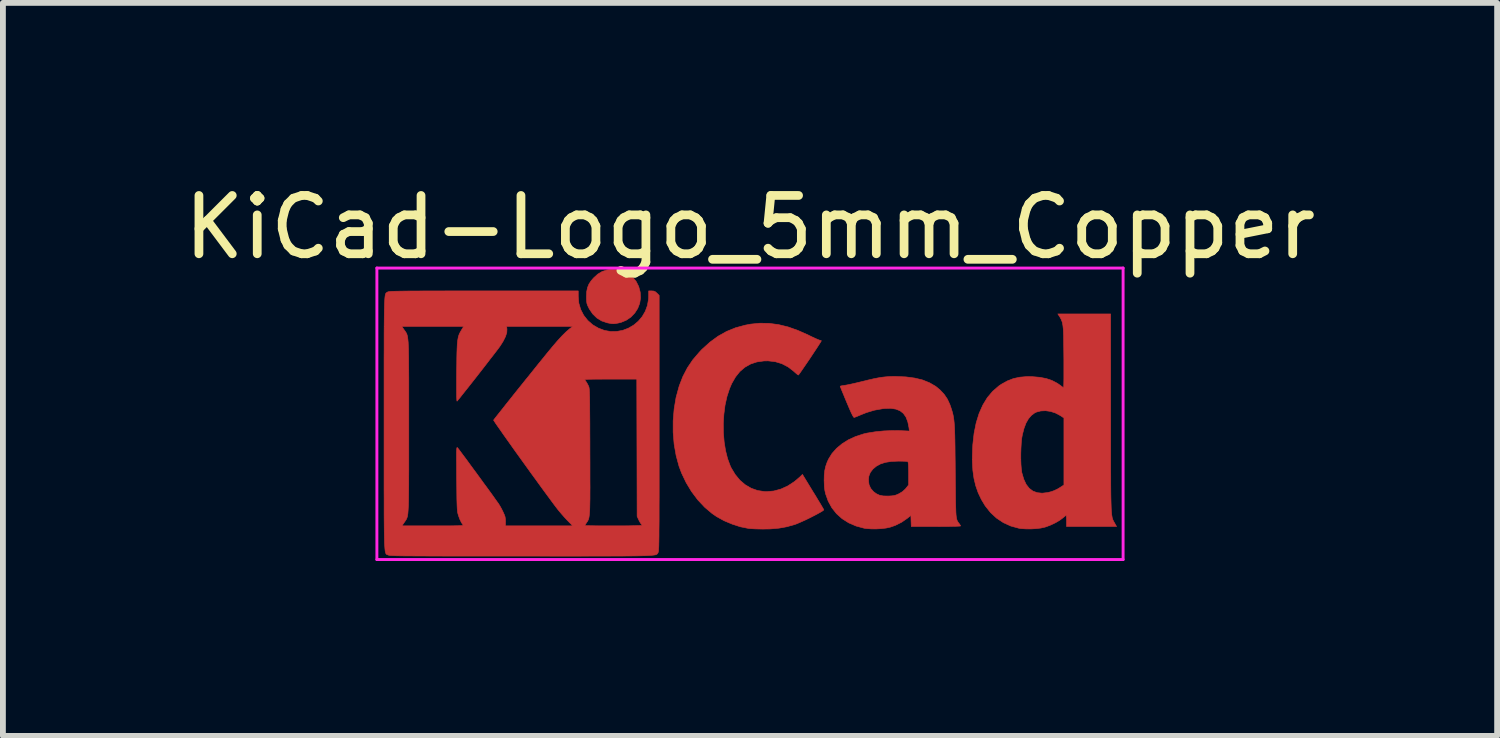
<source format=kicad_pcb>
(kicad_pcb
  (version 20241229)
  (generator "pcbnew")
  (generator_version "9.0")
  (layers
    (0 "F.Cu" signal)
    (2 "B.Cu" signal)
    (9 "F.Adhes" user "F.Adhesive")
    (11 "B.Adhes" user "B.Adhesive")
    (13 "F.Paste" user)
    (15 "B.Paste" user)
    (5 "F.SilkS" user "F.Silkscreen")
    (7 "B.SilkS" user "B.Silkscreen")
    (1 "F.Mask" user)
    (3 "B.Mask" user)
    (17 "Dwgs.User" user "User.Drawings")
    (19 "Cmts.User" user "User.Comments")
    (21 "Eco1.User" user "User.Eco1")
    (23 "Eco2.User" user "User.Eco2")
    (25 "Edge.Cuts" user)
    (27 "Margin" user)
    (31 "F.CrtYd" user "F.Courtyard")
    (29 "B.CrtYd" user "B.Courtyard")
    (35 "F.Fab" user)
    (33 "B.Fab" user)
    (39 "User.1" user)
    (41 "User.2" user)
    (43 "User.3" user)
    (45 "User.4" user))
  (footprint "KiCad-Logo_5mm_Copper"
    (layer "F.Cu")
    (at 9.815 4.548)
    (property "Reference" "KiCad-Logo_5mm_Copper" (at 0 -3.7 0) (layer "F.SilkS") (effects (font (size 1 1) (thickness 0.15))))
    (attr exclude_from_pos_files exclude_from_bom)
    (fp_poly (pts (xy -2.273 -2.973) (xy -2.177 -2.949) (xy -2.09 -2.906) (xy -2.015 -2.847) (xy -1.954 -2.772) (xy -1.909 -2.683) (xy -1.883 -2.586) (xy -1.877 -2.489) (xy -1.892 -2.395) (xy -1.926 -2.307) (xy -1.977 -2.228) (xy -2.042 -2.16) (xy -2.121 -2.106) (xy -2.212 -2.068) (xy -2.263 -2.056) (xy -2.308 -2.048) (xy -2.342 -2.045) (xy -2.375 -2.047) (xy -2.415 -2.054) (xy -2.449 -2.061) (xy -2.542 -2.092) (xy -2.626 -2.143) (xy -2.698 -2.213) (xy -2.756 -2.298) (xy -2.77 -2.326) (xy -2.787 -2.362) (xy -2.797 -2.392) (xy -2.802 -2.425) (xy -2.805 -2.466) (xy -2.805 -2.512) (xy -2.801 -2.596) (xy -2.787 -2.665) (xy -2.762 -2.726) (xy -2.723 -2.784) (xy -2.684 -2.829) (xy -2.612 -2.895) (xy -2.537 -2.94) (xy -2.455 -2.967) (xy -2.377 -2.977) (xy -2.273 -2.973)) (stroke (width 0.01) (type solid)) (fill yes) (layer "F.Cu"))
    (fp_poly (pts (xy 0.328 -2.051) (xy 0.489 -2.03) (xy 0.653 -1.99) (xy 0.822 -1.93) (xy 1 -1.851) (xy 1.011 -1.845) (xy 1.069 -1.817) (xy 1.121 -1.793) (xy 1.162 -1.775) (xy 1.19 -1.764) (xy 1.2 -1.761) (xy 1.219 -1.756) (xy 1.224 -1.752) (xy 1.218 -1.741) (xy 1.202 -1.715) (xy 1.177 -1.676) (xy 1.145 -1.626) (xy 1.107 -1.569) (xy 1.066 -1.507) (xy 1.023 -1.442) (xy 0.98 -1.379) (xy 0.939 -1.319) (xy 0.902 -1.265) (xy 0.871 -1.22) (xy 0.847 -1.186) (xy 0.832 -1.167) (xy 0.83 -1.165) (xy 0.82 -1.17) (xy 0.798 -1.187) (xy 0.767 -1.214) (xy 0.752 -1.228) (xy 0.655 -1.303) (xy 0.548 -1.359) (xy 0.433 -1.394) (xy 0.31 -1.408) (xy 0.241 -1.407) (xy 0.119 -1.39) (xy 0.01 -1.354) (xy -0.087 -1.299) (xy -0.174 -1.225) (xy -0.249 -1.131) (xy -0.314 -1.018) (xy -0.351 -0.931) (xy -0.395 -0.796) (xy -0.428 -0.648) (xy -0.448 -0.493) (xy -0.458 -0.333) (xy -0.456 -0.173) (xy -0.443 -0.016) (xy -0.419 0.133) (xy -0.384 0.271) (xy -0.338 0.395) (xy -0.322 0.429) (xy -0.253 0.543) (xy -0.173 0.64) (xy -0.081 0.718) (xy 0.02 0.777) (xy 0.13 0.816) (xy 0.247 0.834) (xy 0.289 0.835) (xy 0.41 0.824) (xy 0.531 0.791) (xy 0.649 0.737) (xy 0.762 0.663) (xy 0.854 0.585) (xy 0.9 0.54) (xy 1.081 0.837) (xy 1.127 0.911) (xy 1.168 0.98) (xy 1.204 1.039) (xy 1.233 1.088) (xy 1.254 1.124) (xy 1.265 1.144) (xy 1.266 1.147) (xy 1.258 1.157) (xy 1.233 1.174) (xy 1.193 1.197) (xy 1.142 1.225) (xy 1.084 1.255) (xy 1.021 1.287) (xy 0.958 1.318) (xy 0.896 1.346) (xy 0.839 1.371) (xy 0.791 1.391) (xy 0.768 1.399) (xy 0.634 1.437) (xy 0.496 1.462) (xy 0.349 1.475) (xy 0.222 1.477) (xy 0.154 1.476) (xy 0.088 1.474) (xy 0.031 1.471) (xy -0.013 1.468) (xy -0.027 1.466) (xy -0.166 1.438) (xy -0.307 1.392) (xy -0.445 1.334) (xy -0.572 1.264) (xy -0.649 1.211) (xy -0.777 1.103) (xy -0.895 0.977) (xy -1.002 0.835) (xy -1.095 0.681) (xy -1.173 0.518) (xy -1.217 0.401) (xy -1.267 0.217) (xy -1.301 0.023) (xy -1.318 -0.179) (xy -1.318 -0.382) (xy -1.301 -0.584) (xy -1.268 -0.781) (xy -1.217 -0.967) (xy -1.214 -0.978) (xy -1.151 -1.14) (xy -1.074 -1.288) (xy -0.981 -1.426) (xy -0.868 -1.558) (xy -0.825 -1.604) (xy -0.688 -1.728) (xy -0.549 -1.83) (xy -0.403 -1.912) (xy -0.249 -1.975) (xy -0.084 -2.02) (xy 0.011 -2.038) (xy 0.17 -2.054) (xy 0.328 -2.051)) (stroke (width 0.01) (type solid)) (fill yes) (layer "F.Cu"))
    (fp_poly (pts (xy 6.187 -0.528) (xy 6.187 -0.293) (xy 6.187 -0.08) (xy 6.187 0.112) (xy 6.187 0.285) (xy 6.187 0.441) (xy 6.188 0.579) (xy 6.188 0.701) (xy 6.189 0.808) (xy 6.19 0.901) (xy 6.192 0.982) (xy 6.194 1.051) (xy 6.196 1.11) (xy 6.198 1.159) (xy 6.202 1.2) (xy 6.205 1.234) (xy 6.21 1.262) (xy 6.214 1.285) (xy 6.22 1.304) (xy 6.226 1.321) (xy 6.233 1.335) (xy 6.24 1.349) (xy 6.249 1.364) (xy 6.254 1.373) (xy 6.288 1.434) (xy 5.43 1.434) (xy 5.43 1.338) (xy 5.429 1.294) (xy 5.427 1.261) (xy 5.424 1.243) (xy 5.423 1.242) (xy 5.412 1.249) (xy 5.389 1.267) (xy 5.366 1.286) (xy 5.312 1.327) (xy 5.242 1.368) (xy 5.165 1.405) (xy 5.088 1.435) (xy 5.057 1.445) (xy 4.989 1.46) (xy 4.906 1.47) (xy 4.816 1.475) (xy 4.728 1.474) (xy 4.649 1.469) (xy 4.612 1.463) (xy 4.473 1.425) (xy 4.346 1.367) (xy 4.23 1.29) (xy 4.127 1.195) (xy 4.036 1.081) (xy 3.969 0.97) (xy 3.914 0.854) (xy 3.872 0.734) (xy 3.842 0.608) (xy 3.823 0.472) (xy 3.815 0.32) (xy 3.814 0.243) (xy 3.816 0.186) (xy 4.645 0.186) (xy 4.645 0.279) (xy 4.648 0.367) (xy 4.654 0.444) (xy 4.662 0.505) (xy 4.665 0.517) (xy 4.697 0.625) (xy 4.738 0.712) (xy 4.79 0.779) (xy 4.853 0.826) (xy 4.926 0.853) (xy 5.011 0.862) (xy 5.107 0.851) (xy 5.17 0.835) (xy 5.219 0.817) (xy 5.274 0.791) (xy 5.314 0.767) (xy 5.385 0.721) (xy 5.385 -0.429) (xy 5.317 -0.473) (xy 5.239 -0.514) (xy 5.155 -0.541) (xy 5.07 -0.553) (xy 4.988 -0.549) (xy 4.915 -0.53) (xy 4.883 -0.515) (xy 4.826 -0.472) (xy 4.777 -0.415) (xy 4.735 -0.342) (xy 4.701 -0.252) (xy 4.672 -0.141) (xy 4.671 -0.135) (xy 4.66 -0.073) (xy 4.653 0.005) (xy 4.648 0.093) (xy 4.645 0.186) (xy 3.816 0.186) (xy 3.822 0.03) (xy 3.844 -0.166) (xy 3.88 -0.345) (xy 3.93 -0.506) (xy 3.994 -0.65) (xy 4.071 -0.777) (xy 4.163 -0.886) (xy 4.268 -0.977) (xy 4.314 -1.008) (xy 4.415 -1.064) (xy 4.518 -1.104) (xy 4.628 -1.128) (xy 4.749 -1.138) (xy 4.842 -1.137) (xy 4.971 -1.126) (xy 5.084 -1.104) (xy 5.183 -1.07) (xy 5.271 -1.024) (xy 5.32 -0.99) (xy 5.349 -0.968) (xy 5.371 -0.953) (xy 5.379 -0.948) (xy 5.381 -0.959) (xy 5.382 -0.99) (xy 5.383 -1.037) (xy 5.384 -1.1) (xy 5.384 -1.173) (xy 5.384 -1.256) (xy 5.384 -1.344) (xy 5.384 -1.436) (xy 5.383 -1.528) (xy 5.382 -1.618) (xy 5.381 -1.704) (xy 5.38 -1.781) (xy 5.379 -1.848) (xy 5.377 -1.902) (xy 5.375 -1.94) (xy 5.375 -1.947) (xy 5.367 -2.018) (xy 5.356 -2.073) (xy 5.338 -2.12) (xy 5.312 -2.166) (xy 5.305 -2.176) (xy 5.281 -2.213) (xy 6.186 -2.213) (xy 6.187 -0.528)) (stroke (width 0.01) (type solid)) (fill yes) (layer "F.Cu"))
    (fp_poly (pts (xy 2.674 -1.133) (xy 2.825 -1.113) (xy 2.961 -1.08) (xy 3.08 -1.032) (xy 3.185 -0.971) (xy 3.262 -0.907) (xy 3.331 -0.833) (xy 3.385 -0.753) (xy 3.428 -0.661) (xy 3.443 -0.618) (xy 3.456 -0.579) (xy 3.467 -0.543) (xy 3.477 -0.508) (xy 3.485 -0.472) (xy 3.492 -0.433) (xy 3.498 -0.39) (xy 3.503 -0.34) (xy 3.507 -0.283) (xy 3.51 -0.215) (xy 3.513 -0.136) (xy 3.515 -0.043) (xy 3.517 0.066) (xy 3.518 0.192) (xy 3.52 0.337) (xy 3.521 0.48) (xy 3.522 0.636) (xy 3.524 0.771) (xy 3.525 0.887) (xy 3.526 0.986) (xy 3.528 1.068) (xy 3.53 1.136) (xy 3.532 1.192) (xy 3.535 1.236) (xy 3.539 1.271) (xy 3.544 1.299) (xy 3.55 1.321) (xy 3.557 1.338) (xy 3.565 1.352) (xy 3.574 1.366) (xy 3.585 1.38) (xy 3.59 1.385) (xy 3.605 1.408) (xy 3.612 1.423) (xy 3.612 1.424) (xy 3.602 1.426) (xy 3.571 1.428) (xy 3.522 1.43) (xy 3.458 1.431) (xy 3.382 1.433) (xy 3.295 1.433) (xy 3.2 1.434) (xy 3.19 1.434) (xy 2.767 1.434) (xy 2.763 1.338) (xy 2.76 1.242) (xy 2.698 1.293) (xy 2.601 1.36) (xy 2.491 1.415) (xy 2.404 1.445) (xy 2.335 1.46) (xy 2.252 1.47) (xy 2.162 1.475) (xy 2.074 1.474) (xy 1.995 1.468) (xy 1.959 1.463) (xy 1.819 1.425) (xy 1.692 1.37) (xy 1.58 1.299) (xy 1.484 1.213) (xy 1.404 1.112) (xy 1.341 0.997) (xy 1.296 0.871) (xy 1.284 0.814) (xy 1.276 0.752) (xy 1.273 0.677) (xy 1.272 0.643) (xy 1.272 0.64) (xy 2.032 0.64) (xy 2.042 0.715) (xy 2.07 0.779) (xy 2.118 0.835) (xy 2.123 0.839) (xy 2.172 0.874) (xy 2.223 0.897) (xy 2.284 0.909) (xy 2.359 0.911) (xy 2.377 0.911) (xy 2.431 0.908) (xy 2.471 0.903) (xy 2.506 0.893) (xy 2.545 0.876) (xy 2.556 0.871) (xy 2.616 0.835) (xy 2.663 0.792) (xy 2.676 0.777) (xy 2.721 0.72) (xy 2.721 0.525) (xy 2.72 0.446) (xy 2.718 0.388) (xy 2.715 0.349) (xy 2.711 0.327) (xy 2.707 0.32) (xy 2.691 0.317) (xy 2.657 0.314) (xy 2.61 0.313) (xy 2.555 0.312) (xy 2.546 0.312) (xy 2.425 0.317) (xy 2.323 0.333) (xy 2.236 0.361) (xy 2.164 0.401) (xy 2.109 0.448) (xy 2.064 0.506) (xy 2.039 0.569) (xy 2.032 0.64) (xy 1.272 0.64) (xy 1.274 0.55) (xy 1.283 0.471) (xy 1.299 0.4) (xy 1.324 0.329) (xy 1.348 0.276) (xy 1.407 0.181) (xy 1.485 0.093) (xy 1.58 0.014) (xy 1.69 -0.055) (xy 1.813 -0.111) (xy 1.945 -0.154) (xy 2.009 -0.169) (xy 2.146 -0.191) (xy 2.294 -0.206) (xy 2.446 -0.212) (xy 2.572 -0.211) (xy 2.734 -0.204) (xy 2.727 -0.263) (xy 2.707 -0.362) (xy 2.676 -0.443) (xy 2.632 -0.506) (xy 2.575 -0.551) (xy 2.503 -0.58) (xy 2.416 -0.594) (xy 2.313 -0.591) (xy 2.275 -0.587) (xy 2.134 -0.562) (xy 1.997 -0.521) (xy 1.902 -0.483) (xy 1.857 -0.464) (xy 1.819 -0.448) (xy 1.792 -0.439) (xy 1.785 -0.437) (xy 1.775 -0.446) (xy 1.758 -0.475) (xy 1.734 -0.524) (xy 1.703 -0.594) (xy 1.665 -0.684) (xy 1.658 -0.7) (xy 1.628 -0.772) (xy 1.601 -0.838) (xy 1.578 -0.893) (xy 1.561 -0.936) (xy 1.55 -0.963) (xy 1.547 -0.972) (xy 1.557 -0.977) (xy 1.583 -0.982) (xy 1.611 -0.986) (xy 1.642 -0.991) (xy 1.689 -1) (xy 1.751 -1.013) (xy 1.821 -1.029) (xy 1.896 -1.047) (xy 1.925 -1.054) (xy 2.03 -1.08) (xy 2.117 -1.1) (xy 2.192 -1.115) (xy 2.258 -1.126) (xy 2.319 -1.133) (xy 2.381 -1.138) (xy 2.446 -1.14) (xy 2.504 -1.14) (xy 2.674 -1.133)) (stroke (width 0.01) (type solid)) (fill yes) (layer "F.Cu"))
    (fp_poly (pts (xy -2.946 -2.511) (xy -2.936 -2.397) (xy -2.904 -2.289) (xy -2.853 -2.19) (xy -2.784 -2.102) (xy -2.699 -2.027) (xy -2.602 -1.97) (xy -2.496 -1.93) (xy -2.389 -1.911) (xy -2.283 -1.913) (xy -2.181 -1.932) (xy -2.085 -1.969) (xy -1.996 -2.021) (xy -1.917 -2.087) (xy -1.849 -2.167) (xy -1.796 -2.258) (xy -1.759 -2.359) (xy -1.74 -2.47) (xy -1.738 -2.52) (xy -1.738 -2.608) (xy -1.687 -2.608) (xy -1.65 -2.605) (xy -1.623 -2.593) (xy -1.596 -2.569) (xy -1.558 -2.531) (xy -1.558 -0.339) (xy -1.558 -0.077) (xy -1.558 0.163) (xy -1.558 0.383) (xy -1.558 0.583) (xy -1.558 0.764) (xy -1.558 0.928) (xy -1.559 1.074) (xy -1.559 1.205) (xy -1.559 1.32) (xy -1.56 1.421) (xy -1.561 1.509) (xy -1.561 1.585) (xy -1.562 1.65) (xy -1.563 1.704) (xy -1.564 1.749) (xy -1.565 1.786) (xy -1.567 1.815) (xy -1.568 1.837) (xy -1.57 1.854) (xy -1.572 1.866) (xy -1.574 1.874) (xy -1.576 1.88) (xy -1.577 1.882) (xy -1.581 1.889) (xy -1.585 1.895) (xy -1.589 1.901) (xy -1.594 1.906) (xy -1.601 1.911) (xy -1.611 1.916) (xy -1.625 1.92) (xy -1.645 1.923) (xy -1.669 1.926) (xy -1.701 1.929) (xy -1.741 1.931) (xy -1.789 1.934) (xy -1.846 1.935) (xy -1.914 1.937) (xy -1.994 1.938) (xy -2.085 1.939) (xy -2.19 1.94) (xy -2.309 1.94) (xy -2.443 1.941) (xy -2.593 1.941) (xy -2.76 1.941) (xy -2.945 1.942) (xy -3.149 1.942) (xy -3.372 1.942) (xy -3.616 1.941) (xy -3.881 1.941) (xy -3.92 1.941) (xy -4.187 1.941) (xy -4.432 1.941) (xy -4.657 1.941) (xy -4.861 1.941) (xy -5.047 1.941) (xy -5.215 1.941) (xy -5.366 1.94) (xy -5.501 1.94) (xy -5.62 1.939) (xy -5.725 1.939) (xy -5.817 1.938) (xy -5.896 1.938) (xy -5.964 1.937) (xy -6.021 1.936) (xy -6.069 1.935) (xy -6.107 1.933) (xy -6.138 1.932) (xy -6.162 1.931) (xy -6.18 1.929) (xy -6.192 1.927) (xy -6.201 1.925) (xy -6.205 1.923) (xy -6.214 1.92) (xy -6.221 1.917) (xy -6.229 1.915) (xy -6.235 1.911) (xy -6.241 1.906) (xy -6.246 1.897) (xy -6.251 1.885) (xy -6.255 1.869) (xy -6.259 1.846) (xy -6.262 1.818) (xy -6.265 1.781) (xy -6.268 1.737) (xy -6.27 1.683) (xy -6.271 1.618) (xy -6.273 1.543) (xy -6.274 1.455) (xy -6.275 1.354) (xy -6.276 1.239) (xy -6.276 1.11) (xy -6.276 0.964) (xy -6.277 0.802) (xy -6.277 0.621) (xy -6.277 0.422) (xy -6.277 0.204) (xy -6.277 -0.035) (xy -6.277 -0.296) (xy -6.277 -0.338) (xy -6.277 -0.601) (xy -6.277 -0.842) (xy -6.277 -1.063) (xy -6.277 -1.264) (xy -6.277 -1.446) (xy -6.276 -1.61) (xy -6.276 -1.757) (xy -6.276 -1.888) (xy -6.275 -1.998) (xy -5.972 -1.998) (xy -5.932 -1.94) (xy -5.921 -1.925) (xy -5.911 -1.911) (xy -5.902 -1.897) (xy -5.894 -1.883) (xy -5.887 -1.868) (xy -5.881 -1.849) (xy -5.875 -1.826) (xy -5.871 -1.798) (xy -5.867 -1.764) (xy -5.863 -1.722) (xy -5.861 -1.67) (xy -5.858 -1.609) (xy -5.857 -1.537) (xy -5.855 -1.452) (xy -5.855 -1.354) (xy -5.854 -1.24) (xy -5.853 -1.111) (xy -5.853 -0.965) (xy -5.853 -0.8) (xy -5.853 -0.616) (xy -5.853 -0.41) (xy -5.853 -0.288) (xy -5.853 -0.071) (xy -5.853 0.125) (xy -5.853 0.3) (xy -5.853 0.456) (xy -5.854 0.595) (xy -5.854 0.717) (xy -5.855 0.823) (xy -5.856 0.915) (xy -5.857 0.994) (xy -5.859 1.062) (xy -5.862 1.118) (xy -5.865 1.165) (xy -5.868 1.204) (xy -5.872 1.235) (xy -5.877 1.261) (xy -5.883 1.282) (xy -5.89 1.299) (xy -5.897 1.314) (xy -5.906 1.327) (xy -5.915 1.341) (xy -5.925 1.356) (xy -5.932 1.365) (xy -5.97 1.422) (xy -5.439 1.422) (xy -5.315 1.422) (xy -5.213 1.422) (xy -5.129 1.422) (xy -5.063 1.421) (xy -5.012 1.42) (xy -4.974 1.419) (xy -4.948 1.417) (xy -4.932 1.415) (xy -4.923 1.412) (xy -4.921 1.408) (xy -4.923 1.404) (xy -4.925 1.403) (xy -4.95 1.366) (xy -4.976 1.313) (xy -4.999 1.251) (xy -5.007 1.224) (xy -5.012 1.206) (xy -5.016 1.185) (xy -5.019 1.159) (xy -5.022 1.126) (xy -5.024 1.083) (xy -5.026 1.028) (xy -5.028 0.96) (xy -5.029 0.877) (xy -5.03 0.775) (xy -5.031 0.654) (xy -5.032 0.61) (xy -5.033 0.484) (xy -5.033 0.38) (xy -5.034 0.295) (xy -5.034 0.227) (xy -5.034 0.174) (xy -5.033 0.135) (xy -5.031 0.107) (xy -5.029 0.09) (xy -5.027 0.081) (xy -5.023 0.078) (xy -5.019 0.08) (xy -5.015 0.085) (xy -5.004 0.098) (xy -4.982 0.127) (xy -4.95 0.17) (xy -4.909 0.225) (xy -4.861 0.289) (xy -4.808 0.362) (xy -4.751 0.44) (xy -4.691 0.521) (xy -4.631 0.603) (xy -4.572 0.685) (xy -4.514 0.763) (xy -4.461 0.836) (xy -4.413 0.902) (xy -4.373 0.959) (xy -4.341 1.004) (xy -4.318 1.035) (xy -4.314 1.041) (xy -4.291 1.078) (xy -4.264 1.126) (xy -4.239 1.176) (xy -4.236 1.183) (xy -4.214 1.231) (xy -4.201 1.268) (xy -4.196 1.304) (xy -4.194 1.346) (xy -4.195 1.422) (xy -3.041 1.422) (xy -3.132 1.329) (xy -3.179 1.279) (xy -3.229 1.222) (xy -3.275 1.168) (xy -3.295 1.143) (xy -3.326 1.103) (xy -3.366 1.05) (xy -3.414 0.985) (xy -3.47 0.909) (xy -3.532 0.825) (xy -3.599 0.733) (xy -3.669 0.636) (xy -3.743 0.535) (xy -3.817 0.432) (xy -3.892 0.328) (xy -3.966 0.225) (xy -4.038 0.125) (xy -4.106 0.029) (xy -4.17 -0.061) (xy -4.229 -0.144) (xy -4.28 -0.218) (xy -4.324 -0.28) (xy -4.359 -0.33) (xy -4.383 -0.367) (xy -4.396 -0.387) (xy -4.398 -0.391) (xy -4.39 -0.403) (xy -4.369 -0.43) (xy -4.337 -0.471) (xy -4.294 -0.525) (xy -4.243 -0.589) (xy -4.185 -0.663) (xy -4.12 -0.744) (xy -4.051 -0.831) (xy -3.979 -0.921) (xy -3.904 -1.014) (xy -3.845 -1.088) (xy -2.834 -1.088) (xy -2.828 -1.075) (xy -2.813 -1.053) (xy -2.812 -1.052) (xy -2.793 -1.021) (xy -2.774 -0.985) (xy -2.77 -0.976) (xy -2.766 -0.968) (xy -2.763 -0.958) (xy -2.76 -0.945) (xy -2.758 -0.927) (xy -2.756 -0.904) (xy -2.754 -0.873) (xy -2.753 -0.833) (xy -2.751 -0.784) (xy -2.75 -0.723) (xy -2.749 -0.649) (xy -2.749 -0.561) (xy -2.748 -0.457) (xy -2.747 -0.337) (xy -2.747 -0.198) (xy -2.746 -0.039) (xy -2.746 0.14) (xy -2.745 0.325) (xy -2.745 0.489) (xy -2.745 0.633) (xy -2.744 0.759) (xy -2.745 0.868) (xy -2.745 0.961) (xy -2.747 1.04) (xy -2.748 1.106) (xy -2.75 1.161) (xy -2.753 1.206) (xy -2.757 1.242) (xy -2.761 1.271) (xy -2.766 1.295) (xy -2.772 1.313) (xy -2.779 1.329) (xy -2.787 1.344) (xy -2.797 1.358) (xy -2.805 1.37) (xy -2.822 1.396) (xy -2.832 1.414) (xy -2.834 1.417) (xy -2.823 1.418) (xy -2.791 1.419) (xy -2.742 1.42) (xy -2.677 1.421) (xy -2.599 1.422) (xy -2.51 1.422) (xy -2.411 1.422) (xy -2.342 1.422) (xy -2.237 1.422) (xy -2.141 1.422) (xy -2.054 1.421) (xy -1.98 1.419) (xy -1.921 1.418) (xy -1.879 1.416) (xy -1.855 1.414) (xy -1.851 1.412) (xy -1.859 1.398) (xy -1.867 1.39) (xy -1.88 1.372) (xy -1.897 1.342) (xy -1.909 1.318) (xy -1.936 1.259) (xy -1.939 0.082) (xy -1.942 -1.095) (xy -2.388 -1.095) (xy -2.486 -1.095) (xy -2.576 -1.094) (xy -2.657 -1.094) (xy -2.725 -1.093) (xy -2.779 -1.092) (xy -2.815 -1.09) (xy -2.833 -1.089) (xy -2.834 -1.088) (xy -3.845 -1.088) (xy -3.829 -1.107) (xy -3.755 -1.199) (xy -3.683 -1.289) (xy -3.615 -1.374) (xy -3.551 -1.452) (xy -3.494 -1.523) (xy -3.444 -1.584) (xy -3.403 -1.633) (xy -3.386 -1.654) (xy -3.3 -1.754) (xy -3.223 -1.838) (xy -3.154 -1.906) (xy -3.091 -1.96) (xy -3.082 -1.967) (xy -3.042 -1.998) (xy -4.174 -1.998) (xy -4.169 -1.95) (xy -4.172 -1.893) (xy -4.194 -1.825) (xy -4.234 -1.745) (xy -4.279 -1.673) (xy -4.295 -1.65) (xy -4.323 -1.612) (xy -4.361 -1.562) (xy -4.408 -1.501) (xy -4.462 -1.432) (xy -4.52 -1.356) (xy -4.582 -1.276) (xy -4.646 -1.194) (xy -4.71 -1.112) (xy -4.773 -1.032) (xy -4.832 -0.957) (xy -4.887 -0.888) (xy -4.935 -0.828) (xy -4.974 -0.778) (xy -5.004 -0.742) (xy -5.022 -0.72) (xy -5.025 -0.717) (xy -5.028 -0.725) (xy -5.03 -0.755) (xy -5.032 -0.807) (xy -5.033 -0.881) (xy -5.033 -0.977) (xy -5.033 -1.094) (xy -5.032 -1.214) (xy -5.03 -1.346) (xy -5.029 -1.457) (xy -5.027 -1.551) (xy -5.024 -1.629) (xy -5.021 -1.692) (xy -5.016 -1.745) (xy -5.009 -1.788) (xy -5.002 -1.823) (xy -4.992 -1.854) (xy -4.98 -1.882) (xy -4.965 -1.91) (xy -4.95 -1.935) (xy -4.912 -1.998) (xy -5.972 -1.998) (xy -6.275 -1.998) (xy -6.275 -2.004) (xy -6.274 -2.106) (xy -6.273 -2.195) (xy -6.272 -2.272) (xy -6.27 -2.337) (xy -6.269 -2.393) (xy -6.266 -2.438) (xy -6.264 -2.475) (xy -6.261 -2.505) (xy -6.258 -2.528) (xy -6.254 -2.546) (xy -6.25 -2.559) (xy -6.245 -2.568) (xy -6.24 -2.574) (xy -6.234 -2.579) (xy -6.228 -2.582) (xy -6.222 -2.586) (xy -6.216 -2.589) (xy -6.21 -2.592) (xy -6.202 -2.594) (xy -6.19 -2.596) (xy -6.173 -2.598) (xy -6.149 -2.6) (xy -6.118 -2.601) (xy -6.079 -2.602) (xy -6.03 -2.603) (xy -5.971 -2.604) (xy -5.899 -2.605) (xy -5.815 -2.606) (xy -5.718 -2.606) (xy -5.605 -2.607) (xy -5.476 -2.607) (xy -5.33 -2.607) (xy -5.166 -2.608) (xy -4.982 -2.608) (xy -4.778 -2.608) (xy -4.567 -2.608) (xy -2.946 -2.608) (xy -2.946 -2.511)) (stroke (width 0.01) (type solid)) (fill yes) (layer "F.Cu"))
    (fp_line (start -6.4 -3) (end 6.4 -3) (stroke (width 0.05) (type solid)) (layer "F.CrtYd"))
    (fp_line (start -6.4 2) (end -6.4 -3) (stroke (width 0.05) (type solid)) (layer "F.CrtYd"))
    (fp_line (start 6.4 -3) (end 6.4 2) (stroke (width 0.05) (type solid)) (layer "F.CrtYd"))
    (fp_line (start 6.4 2) (end -6.4 2) (stroke (width 0.05) (type solid)) (layer "F.CrtYd")))
  (gr_rect
    (start -3 -3)
    (end 22.631 9.573)
    (stroke (width 0.1) (type default))
    (fill no)
    (layer "Edge.Cuts")))
</source>
